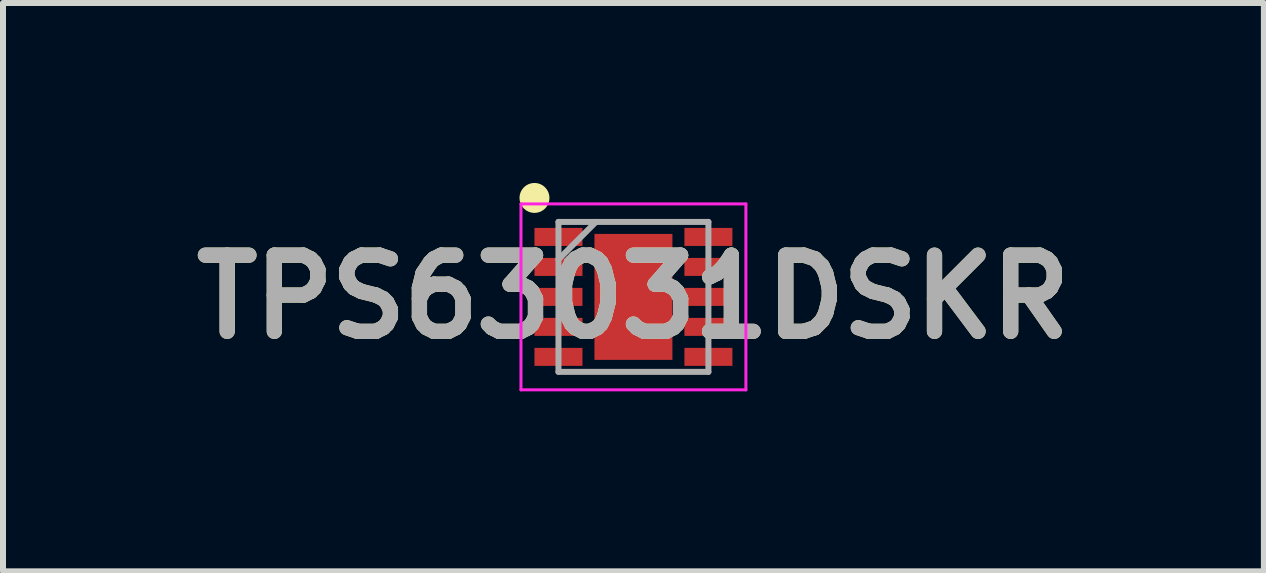
<source format=kicad_pcb>
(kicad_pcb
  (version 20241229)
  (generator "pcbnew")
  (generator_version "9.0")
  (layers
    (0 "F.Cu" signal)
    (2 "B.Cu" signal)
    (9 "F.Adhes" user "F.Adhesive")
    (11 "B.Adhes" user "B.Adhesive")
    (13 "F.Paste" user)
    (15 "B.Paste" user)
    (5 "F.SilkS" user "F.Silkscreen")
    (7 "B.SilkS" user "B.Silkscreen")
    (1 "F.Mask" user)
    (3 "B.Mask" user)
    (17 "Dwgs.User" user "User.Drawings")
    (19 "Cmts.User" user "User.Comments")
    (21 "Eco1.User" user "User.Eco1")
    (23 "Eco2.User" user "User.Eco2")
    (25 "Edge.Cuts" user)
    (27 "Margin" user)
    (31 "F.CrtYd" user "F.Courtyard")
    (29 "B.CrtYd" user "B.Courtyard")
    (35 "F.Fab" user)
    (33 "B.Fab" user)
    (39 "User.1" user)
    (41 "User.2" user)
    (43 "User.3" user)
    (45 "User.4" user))
  (footprint "TPS63031DSKR"
    (layer "F.Cu")
    (at 7.511 1.9)
    (property "Reference" "TPS63031DSKR" (at 0 0 0) (layer "F.SilkS") (effects (font (size 1.27 1.27) (thickness 0.254))))
    (attr smd)
    (fp_circle (center -1.65 -1.65) (end -1.65 -1.525) (stroke (width 0.25) (type solid)) (fill no) (layer "F.SilkS"))
    (fp_line (start -1.875 -1.55) (end 1.875 -1.55) (stroke (width 0.05) (type solid)) (layer "F.CrtYd"))
    (fp_line (start -1.875 1.55) (end -1.875 -1.55) (stroke (width 0.05) (type solid)) (layer "F.CrtYd"))
    (fp_line (start 1.875 -1.55) (end 1.875 1.55) (stroke (width 0.05) (type solid)) (layer "F.CrtYd"))
    (fp_line (start 1.875 1.55) (end -1.875 1.55) (stroke (width 0.05) (type solid)) (layer "F.CrtYd"))
    (fp_line (start -1.25 -1.25) (end 1.25 -1.25) (stroke (width 0.1) (type solid)) (layer "F.Fab"))
    (fp_line (start -1.25 -0.625) (end -0.625 -1.25) (stroke (width 0.1) (type solid)) (layer "F.Fab"))
    (fp_line (start -1.25 1.25) (end -1.25 -1.25) (stroke (width 0.1) (type solid)) (layer "F.Fab"))
    (fp_line (start 1.25 -1.25) (end 1.25 1.25) (stroke (width 0.1) (type solid)) (layer "F.Fab"))
    (fp_line (start 1.25 1.25) (end -1.25 1.25) (stroke (width 0.1) (type solid)) (layer "F.Fab"))
    (fp_text user "${REFERENCE}" (at 0 0 0) (layer "F.Fab") (effects (font (size 1.27 1.27) (thickness 0.254))))
    (pad "1" smd rect (at -1.25 -1 90) (size 0.3 0.8) (layers "F.Cu" "F.Mask" "F.Paste"))
    (pad "2" smd rect (at -1.25 -0.5 90) (size 0.3 0.8) (layers "F.Cu" "F.Mask" "F.Paste"))
    (pad "3" smd rect (at -1.25 0 90) (size 0.3 0.8) (layers "F.Cu" "F.Mask" "F.Paste"))
    (pad "4" smd rect (at -1.25 0.5 90) (size 0.3 0.8) (layers "F.Cu" "F.Mask" "F.Paste"))
    (pad "5" smd rect (at -1.25 1 90) (size 0.3 0.8) (layers "F.Cu" "F.Mask" "F.Paste"))
    (pad "6" smd rect (at 1.25 1 90) (size 0.3 0.8) (layers "F.Cu" "F.Mask" "F.Paste"))
    (pad "7" smd rect (at 1.25 0.5 90) (size 0.3 0.8) (layers "F.Cu" "F.Mask" "F.Paste"))
    (pad "8" smd rect (at 1.25 0 90) (size 0.3 0.8) (layers "F.Cu" "F.Mask" "F.Paste"))
    (pad "9" smd rect (at 1.25 -0.5 90) (size 0.3 0.8) (layers "F.Cu" "F.Mask" "F.Paste"))
    (pad "10" smd rect (at 1.25 -1 90) (size 0.3 0.8) (layers "F.Cu" "F.Mask" "F.Paste"))
    (pad "11" smd rect (at 0 0) (size 1.3 2.1) (layers "F.Cu" "F.Mask" "F.Paste")))
  (gr_rect
    (start -3 -3)
    (end 18.022 6.475)
    (stroke (width 0.1) (type default))
    (fill no)
    (layer "Edge.Cuts")))
</source>
